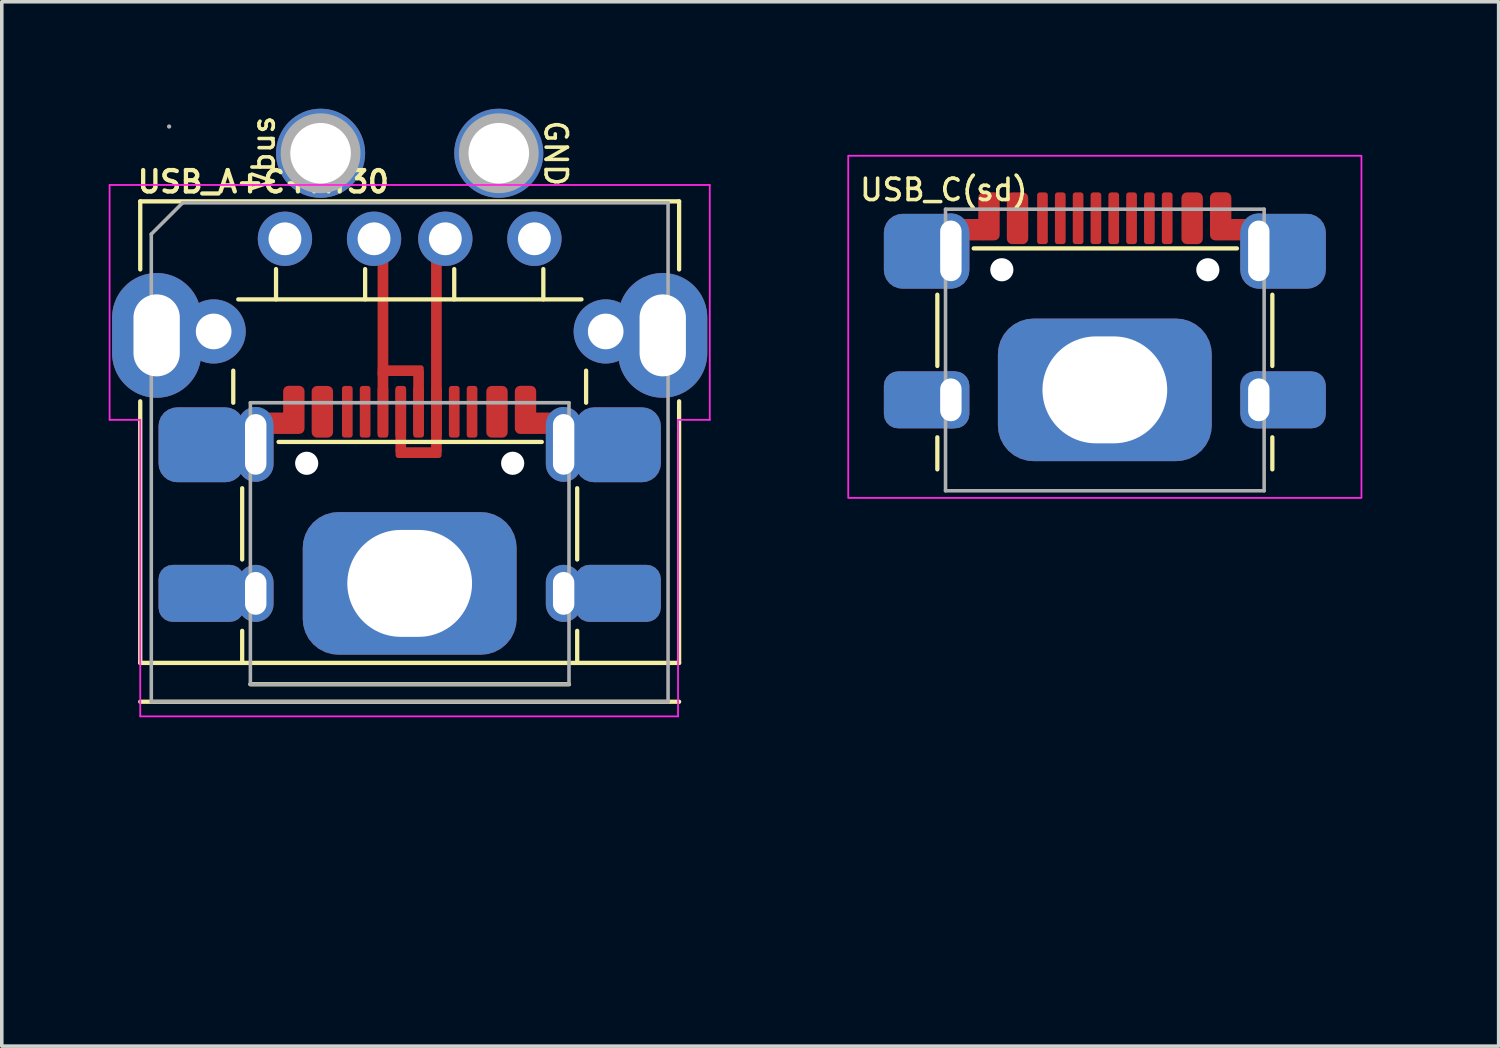
<source format=kicad_pcb>
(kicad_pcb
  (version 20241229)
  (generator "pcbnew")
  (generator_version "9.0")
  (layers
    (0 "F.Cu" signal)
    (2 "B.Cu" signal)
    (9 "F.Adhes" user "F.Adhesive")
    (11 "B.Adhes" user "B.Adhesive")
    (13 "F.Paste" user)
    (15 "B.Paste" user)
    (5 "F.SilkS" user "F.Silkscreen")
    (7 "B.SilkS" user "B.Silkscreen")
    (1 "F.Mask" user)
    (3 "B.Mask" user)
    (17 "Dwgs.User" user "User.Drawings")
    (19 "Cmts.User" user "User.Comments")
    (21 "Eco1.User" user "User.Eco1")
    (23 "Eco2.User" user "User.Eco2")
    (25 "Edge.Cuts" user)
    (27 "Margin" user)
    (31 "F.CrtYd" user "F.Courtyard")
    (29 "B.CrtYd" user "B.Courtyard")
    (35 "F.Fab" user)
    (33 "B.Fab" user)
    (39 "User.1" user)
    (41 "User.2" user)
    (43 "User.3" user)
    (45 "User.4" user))
  (footprint "USB_A+C+XT30"
    (layer "F.Cu")
    (at 4.945 3.65)
    (property "Reference" "USB_A+C+XT30" (at -4.2 -1.6 0) (layer "F.SilkS") (effects (font (size 0.6 0.6) (thickness 0.12)) (justify left)))
    (fp_line (start -4.06 -1.05) (end -4.06 0.86) (stroke (width 0.12) (type solid)) (layer "F.SilkS"))
    (fp_line (start -4.06 -1.05) (end 11.06 -1.05) (stroke (width 0.12) (type solid)) (layer "F.SilkS"))
    (fp_line (start -4.06 4.56) (end -4.06 11.9) (stroke (width 0.12) (type solid)) (layer "F.SilkS"))
    (fp_line (start -4.06 11.9) (end 11.06 11.9) (stroke (width 0.12) (type solid)) (layer "F.SilkS"))
    (fp_line (start -4.06 12.99) (end 11.06 12.99) (stroke (width 0.12) (type solid)) (layer "F.SilkS"))
    (fp_line (start -1.45 4.6) (end -1.45 3.7) (stroke (width 0.12) (type solid)) (layer "F.SilkS"))
    (fp_line (start -1.31 1.7) (end 8.32 1.7) (stroke (width 0.12) (type solid)) (layer "F.SilkS"))
    (fp_line (start -1.2 6.999) (end -1.2 8.999) (stroke (width 0.12) (type solid)) (layer "F.SilkS"))
    (fp_line (start -1.2 11) (end -1.2 11.9) (stroke (width 0.12) (type solid)) (layer "F.SilkS"))
    (fp_line (start -0.97 12.5) (end 7.97 12.5) (stroke (width 0.12) (type solid)) (layer "F.SilkS"))
    (fp_line (start -0.25 1.7) (end -0.25 0.85) (stroke (width 0.12) (type solid)) (layer "F.SilkS"))
    (fp_line (start 2.25 1.7) (end 2.25 0.85) (stroke (width 0.12) (type solid)) (layer "F.SilkS"))
    (fp_line (start 4.75 1.7) (end 4.75 0.85) (stroke (width 0.12) (type solid)) (layer "F.SilkS"))
    (fp_line (start 7.207 5.7) (end -0.179 5.7) (stroke (width 0.12) (type solid)) (layer "F.SilkS"))
    (fp_line (start 7.25 1.7) (end 7.25 0.85) (stroke (width 0.12) (type solid)) (layer "F.SilkS"))
    (fp_line (start 8.2 6.999) (end 8.2 8.999) (stroke (width 0.12) (type solid)) (layer "F.SilkS"))
    (fp_line (start 8.2 11) (end 8.2 11.9) (stroke (width 0.12) (type solid)) (layer "F.SilkS"))
    (fp_line (start 8.45 4.6) (end 8.45 3.7) (stroke (width 0.12) (type solid)) (layer "F.SilkS"))
    (fp_line (start 11.06 0.86) (end 11.06 -1.05) (stroke (width 0.12) (type solid)) (layer "F.SilkS"))
    (fp_line (start 11.06 4.56) (end 11.06 11.9) (stroke (width 0.12) (type solid)) (layer "F.SilkS"))
    (fp_line (start -4.92 -1.51) (end -4.92 5.08) (stroke (width 0.05) (type solid)) (layer "F.CrtYd"))
    (fp_line (start -4.92 -1.51) (end 11.92 -1.51) (stroke (width 0.05) (type solid)) (layer "F.CrtYd"))
    (fp_line (start -4.06 5.08) (end -4.92 5.08) (stroke (width 0.05) (type solid)) (layer "F.CrtYd"))
    (fp_line (start -4.06 5.08) (end -4.06 13.4) (stroke (width 0.05) (type solid)) (layer "F.CrtYd"))
    (fp_line (start 11.03 5.08) (end 11.03 13.4) (stroke (width 0.05) (type solid)) (layer "F.CrtYd"))
    (fp_line (start 11.03 5.08) (end 11.92 5.08) (stroke (width 0.05) (type solid)) (layer "F.CrtYd"))
    (fp_line (start 11.03 13.4) (end -4.06 13.4) (stroke (width 0.05) (type solid)) (layer "F.CrtYd"))
    (fp_line (start 11.92 -1.51) (end 11.92 5.08) (stroke (width 0.05) (type solid)) (layer "F.CrtYd"))
    (fp_line (start -3.75 -0.13) (end -3.75 12.99) (stroke (width 0.1) (type solid)) (layer "F.Fab"))
    (fp_line (start -3.75 12.99) (end 10.75 12.99) (stroke (width 0.1) (type solid)) (layer "F.Fab"))
    (fp_line (start -2.87 -1.01) (end -3.75 -0.13) (stroke (width 0.1) (type solid)) (layer "F.Fab"))
    (fp_line (start -2.87 -1.01) (end 10.75 -1.01) (stroke (width 0.1) (type solid)) (layer "F.Fab"))
    (fp_line (start -0.97 4.6) (end -0.97 12.5) (stroke (width 0.1) (type solid)) (layer "F.Fab"))
    (fp_line (start -0.97 4.6) (end 7.97 4.6) (stroke (width 0.1) (type solid)) (layer "F.Fab"))
    (fp_line (start -0.97 12.5) (end 7.97 12.5) (stroke (width 0.1) (type solid)) (layer "F.Fab"))
    (fp_line (start 7.97 4.6) (end 7.97 12.5) (stroke (width 0.1) (type solid)) (layer "F.Fab"))
    (fp_line (start 10.75 -1.01) (end 10.75 12.99) (stroke (width 0.1) (type solid)) (layer "F.Fab"))
    (fp_circle (center -3.25 -3.15) (end -3.22 -3.15) (stroke (width 0.06) (type solid)) (fill no) (layer "F.Fab"))
    (fp_circle (center -2 2.6) (end -1.8 2.6) (stroke (width 0.4) (type solid)) (fill no) (layer "F.Fab"))
    (fp_circle (center 1 -2.4) (end 1.37 -2.4) (stroke (width 0.75) (type solid)) (fill no) (layer "F.Fab"))
    (fp_circle (center 6 -2.4) (end 6.37 -2.4) (stroke (width 0.75) (type solid)) (fill no) (layer "F.Fab"))
    (fp_circle (center 9 2.6) (end 9.2 2.6) (stroke (width 0.4) (type solid)) (fill no) (layer "F.Fab"))
    (fp_line (start -4.5 12) (end 0.5 17) (stroke (width 0.12) (type solid)) (layer "User.1"))
    (fp_line (start -4.5 12) (end 11.5 12) (stroke (width 0.1) (type solid)) (layer "User.1"))
    (fp_line (start 3.5 -2.54) (end 3.5 16.51) (stroke (width 0.12) (type solid)) (layer "User.1"))
    (fp_text user "GND" (at 7.6 -2.4 270) (unlocked yes) (layer "F.SilkS") (effects (font (size 0.6 0.6) (thickness 0.1))))
    (fp_text user "Vbus" (at -0.6 -2.4 90) (unlocked yes) (layer "F.SilkS") (effects (font (size 0.6 0.6) (thickness 0.1))))
    (fp_text user "V 12\n> 3.5" (at 3.5 18 180) (unlocked yes) (layer "User.1") (effects (font (size 1 1) (thickness 0.15))))
    (fp_text user "Board Edge" (at -2 15.24 315) (unlocked yes) (layer "User.1") (effects (font (size 0.6 0.6) (thickness 0.1))))
    (fp_text user "CL" (at 3.5 15.24 270) (unlocked yes) (layer "User.1") (effects (font (size 0.6 0.6) (thickness 0.1))))
    (pad "1" thru_hole circle (at 0 0) (size 1.524 1.524) (drill 0.92) (layers "*.Cu" "*.Mask"))
    (pad "1" thru_hole circle (at 0.61 6.299) (size 1.25 1.25) (drill 0.65) (layers "*.Cu") (remove_unused_layers yes) (zone_layer_connections))
    (pad "1" thru_hole circle (at 1 -2.4) (size 2.5 2.5) (drill 1.7) (layers "*.Cu" "*.Mask"))
    (pad "1" smd roundrect (at 1.05 4.854) (size 0.6 1.45) (layers "F.Cu" "F.Mask" "F.Paste") (roundrect_rratio 0.25))
    (pad "1" smd roundrect (at 5.95 4.854) (size 0.6 1.45) (layers "F.Cu" "F.Mask" "F.Paste") (roundrect_rratio 0.25))
    (pad "1" thru_hole circle (at 6.39 6.299) (size 1.25 1.25) (drill 0.65) (layers "*.Cu") (remove_unused_layers yes) (zone_layer_connections))
    (pad "2" thru_hole circle (at 2.5 0) (size 1.524 1.524) (drill 0.92) (layers "*.Cu" "*.Mask"))
    (pad "2" smd rect (at 2.75 2) (size 0.3 3.675) (layers "F.Cu" "F.Paste"))
    (pad "2" smd roundrect (at 2.75 4.6) (size 0.3 1.85) (layers "F.Cu") (roundrect_rratio 0.25))
    (pad "2" smd roundrect (at 2.75 4.854) (size 0.3 1.45) (layers "F.Cu" "F.Mask" "F.Paste") (roundrect_rratio 0.25))
    (pad "2" smd roundrect (at 3.25 3.7 90) (size 0.3 1.29) (layers "F.Cu" "F.Paste") (roundrect_rratio 0.25))
    (pad "2" smd roundrect (at 3.75 4.6) (size 0.3 1.85) (layers "F.Cu") (roundrect_rratio 0.25))
    (pad "2" smd roundrect (at 3.75 4.854) (size 0.3 1.45) (layers "F.Cu" "F.Mask" "F.Paste") (roundrect_rratio 0.25))
    (pad "3" smd roundrect (at 3.25 4.854) (size 0.3 1.45) (layers "F.Cu" "F.Mask" "F.Paste") (roundrect_rratio 0.25))
    (pad "3" smd roundrect (at 3.25 5.1) (size 0.3 1.85) (layers "F.Cu") (roundrect_rratio 0.25))
    (pad "3" smd roundrect (at 3.75 6 90) (size 0.3 1.29) (layers "F.Cu" "F.Paste") (roundrect_rratio 0.25))
    (pad "3" smd rect (at 4.25 2.2) (size 0.3 4.175) (layers "F.Cu" "F.Paste"))
    (pad "3" smd roundrect (at 4.25 4.854) (size 0.3 1.45) (layers "F.Cu" "F.Mask" "F.Paste") (roundrect_rratio 0.25))
    (pad "3" smd roundrect (at 4.25 5.1) (size 0.3 1.85) (layers "F.Cu") (roundrect_rratio 0.25))
    (pad "3" thru_hole circle (at 4.5 0) (size 1.524 1.524) (drill 0.92) (layers "*.Cu" "*.Mask"))
    (pad "4" smd roundrect (at -0.179 5.175) (size 0.8 0.6) (layers "F.Cu" "F.Paste") (roundrect_rratio 0.25))
    (pad "4" smd roundrect (at 0.25 4.8) (size 0.6 1.35) (layers "F.Cu" "F.Mask" "F.Paste") (roundrect_rratio 0.25))
    (pad "4" thru_hole circle (at 6 -2.4) (size 2.5 2.5) (drill 1.7) (layers "*.Cu" "*.Mask"))
    (pad "4" smd roundrect (at 6.75 4.8) (size 0.6 1.35) (layers "F.Cu" "F.Mask" "F.Paste") (roundrect_rratio 0.25))
    (pad "4" thru_hole circle (at 7 0) (size 1.524 1.524) (drill 0.92) (layers "*.Cu" "*.Mask"))
    (pad "4" smd roundrect (at 7.207 5.175) (size 0.8 0.6) (layers "F.Cu" "F.Paste") (roundrect_rratio 0.25))
    (pad "5" thru_hole oval (at -3.6 2.71) (size 2.5 3.5) (drill oval 1.3 2.3) (layers "*.Cu" "*.Mask"))
    (pad "5" smd roundrect (at -2.347 5.78) (size 2.4 2.1) (layers "F.Cu" "F.Mask" "F.Paste") (roundrect_rratio 0.25))
    (pad "5" smd roundrect (at -2.347 5.78) (size 2.4 2.1) (layers "B.Cu" "B.Mask" "B.Paste") (roundrect_rratio 0.25))
    (pad "5" smd roundrect (at -2.347 9.949) (size 2.4 1.6) (layers "F.Cu" "F.Mask" "F.Paste") (roundrect_rratio 0.25))
    (pad "5" smd roundrect (at -2.347 9.949) (size 2.4 1.6) (layers "B.Cu" "B.Mask" "B.Paste") (roundrect_rratio 0.25))
    (pad "5" thru_hole circle (at -2 2.6) (size 1.8 1.8) (drill 1) (layers "*.Cu" "*.Mask"))
    (pad "5" thru_hole oval (at -0.82 5.769) (size 1 2.1) (drill oval 0.6 1.7) (layers "*.Cu" "*.Mask"))
    (pad "5" thru_hole oval (at -0.82 9.949) (size 1 1.6) (drill oval 0.6 1.2) (layers "*.Cu" "*.Mask"))
    (pad "5" thru_hole roundrect (at 3.5 9.669 180) (size 6 4) (drill oval 3.5 3) (layers "*.Cu" "*.Mask") (roundrect_rratio 0.25))
    (pad "5" thru_hole oval (at 7.82 5.769) (size 1 2.1) (drill oval 0.6 1.7) (layers "*.Cu" "*.Mask"))
    (pad "5" thru_hole oval (at 7.82 9.949) (size 1 1.6) (drill oval 0.6 1.2) (layers "*.Cu" "*.Mask"))
    (pad "5" thru_hole circle (at 9 2.6) (size 1.8 1.8) (drill 1) (layers "*.Cu" "*.Mask"))
    (pad "5" smd roundrect (at 9.347 5.78) (size 2.4 2.1) (layers "F.Cu" "F.Mask" "F.Paste") (roundrect_rratio 0.25))
    (pad "5" smd roundrect (at 9.347 5.78) (size 2.4 2.1) (layers "B.Cu" "B.Mask" "B.Paste") (roundrect_rratio 0.25))
    (pad "5" smd roundrect (at 9.347 9.949) (size 2.4 1.6) (layers "F.Cu" "F.Mask" "F.Paste") (roundrect_rratio 0.25))
    (pad "5" smd roundrect (at 9.347 9.949) (size 2.4 1.6) (layers "B.Cu" "B.Mask" "B.Paste") (roundrect_rratio 0.25))
    (pad "5" thru_hole oval (at 10.6 2.71) (size 2.5 3.5) (drill oval 1.3 2.3) (layers "*.Cu" "*.Mask"))
    (pad "A5" smd roundrect (at 2.25 4.854) (size 0.3 1.45) (layers "F.Cu" "F.Mask" "F.Paste") (roundrect_rratio 0.25))
    (pad "A8" smd roundrect (at 4.75 4.854) (size 0.3 1.45) (layers "F.Cu" "F.Mask" "F.Paste") (roundrect_rratio 0.25))
    (pad "B5" smd roundrect (at 5.25 4.854) (size 0.3 1.45) (layers "F.Cu" "F.Mask" "F.Paste") (roundrect_rratio 0.25))
    (pad "B8" smd roundrect (at 1.75 4.854) (size 0.3 1.45) (layers "F.Cu" "F.Mask" "F.Paste") (roundrect_rratio 0.25)))
  (footprint "USB_C(sd)"
    (layer "F.Cu")
    (at 27.95 10.22)
    (property "Reference" "USB_C(sd)" (at -6.927 -7.944 0) (layer "F.SilkS") (effects (font (size 0.6 0.6) (thickness 0.1)) (justify left)))
    (fp_line (start -4.7 -5.001) (end -4.7 -3.001) (stroke (width 0.12) (type solid)) (layer "F.SilkS"))
    (fp_line (start -4.7 -1) (end -4.7 -0.1) (stroke (width 0.12) (type solid)) (layer "F.SilkS"))
    (fp_line (start 3.707 -6.3) (end -3.679 -6.3) (stroke (width 0.12) (type solid)) (layer "F.SilkS"))
    (fp_line (start 4.7 -5.001) (end 4.7 -3.001) (stroke (width 0.12) (type solid)) (layer "F.SilkS"))
    (fp_line (start 4.7 -1) (end 4.7 -0.1) (stroke (width 0.12) (type solid)) (layer "F.SilkS"))
    (fp_rect (start -7.2 -8.9) (end 7.2 0.7) (stroke (width 0.05) (type solid)) (fill no) (layer "F.CrtYd"))
    (fp_line (start -4.47 -7.4) (end -4.47 0.5) (stroke (width 0.1) (type solid)) (layer "F.Fab"))
    (fp_line (start -4.47 -7.4) (end 4.47 -7.4) (stroke (width 0.1) (type solid)) (layer "F.Fab"))
    (fp_line (start -4.47 0.5) (end 4.47 0.5) (stroke (width 0.1) (type solid)) (layer "F.Fab"))
    (fp_line (start 4.47 -7.4) (end 4.47 0.5) (stroke (width 0.1) (type solid)) (layer "F.Fab"))
    (fp_line (start -8 0) (end -3 5) (stroke (width 0.12) (type solid)) (layer "User.1"))
    (fp_line (start -8 0) (end 8 0) (stroke (width 0.1) (type solid)) (layer "User.1"))
    (fp_line (start 0 5.08) (end 0 -10.16) (stroke (width 0.12) (type solid)) (layer "User.1"))
    (fp_text user "CL" (at 0 3.24 270) (unlocked yes) (layer "User.1") (effects (font (size 0.6 0.6) (thickness 0.1))))
    (fp_text user "Board Edge" (at -5.5 3.24 315) (unlocked yes) (layer "User.1") (effects (font (size 0.6 0.6) (thickness 0.1))))
    (pad "1" thru_hole circle (at -2.89 -5.701) (size 1.25 1.25) (drill 0.65) (layers "*.Cu") (remove_unused_layers yes) (zone_layer_connections))
    (pad "1" smd roundrect (at -2.45 -7.146) (size 0.6 1.45) (layers "F.Cu" "F.Mask" "F.Paste") (roundrect_rratio 0.25))
    (pad "1" smd roundrect (at 2.45 -7.146) (size 0.6 1.45) (layers "F.Cu" "F.Mask" "F.Paste") (roundrect_rratio 0.25))
    (pad "1" thru_hole circle (at 2.89 -5.701) (size 1.25 1.25) (drill 0.65) (layers "*.Cu") (remove_unused_layers yes) (zone_layer_connections))
    (pad "4" smd roundrect (at -3.679 -6.825) (size 0.8 0.6) (layers "F.Cu" "F.Paste") (roundrect_rratio 0.25))
    (pad "4" smd roundrect (at -3.25 -7.2) (size 0.6 1.35) (layers "F.Cu" "F.Mask" "F.Paste") (roundrect_rratio 0.25))
    (pad "4" smd roundrect (at 3.25 -7.2) (size 0.6 1.35) (layers "F.Cu" "F.Mask" "F.Paste") (roundrect_rratio 0.25))
    (pad "4" smd roundrect (at 3.707 -6.825) (size 0.8 0.6) (layers "F.Cu" "F.Paste") (roundrect_rratio 0.25))
    (pad "5" smd roundrect (at -5 -6.22) (size 2.4 2.1) (layers "F.Cu" "F.Mask" "F.Paste") (roundrect_rratio 0.25))
    (pad "5" smd roundrect (at -5 -6.22) (size 2.4 2.1) (layers "B.Cu" "B.Mask" "B.Paste") (roundrect_rratio 0.25))
    (pad "5" smd roundrect (at -5 -2.051) (size 2.4 1.6) (layers "F.Cu" "F.Mask" "F.Paste") (roundrect_rratio 0.25))
    (pad "5" smd roundrect (at -5 -2.051) (size 2.4 1.6) (layers "B.Cu" "B.Mask" "B.Paste") (roundrect_rratio 0.25))
    (pad "5" thru_hole oval (at -4.32 -6.231) (size 1 2.1) (drill oval 0.6 1.7) (layers "*.Cu" "*.Mask"))
    (pad "5" thru_hole oval (at -4.32 -2.051) (size 1 1.6) (drill oval 0.6 1.2) (layers "*.Cu" "*.Mask"))
    (pad "5" thru_hole roundrect (at 0 -2.331 180) (size 6 4) (drill oval 3.5 3) (layers "*.Cu" "*.Mask") (roundrect_rratio 0.25))
    (pad "5" thru_hole oval (at 4.32 -6.231) (size 1 2.1) (drill oval 0.6 1.7) (layers "*.Cu" "*.Mask"))
    (pad "5" thru_hole oval (at 4.32 -2.051) (size 1 1.6) (drill oval 0.6 1.2) (layers "*.Cu" "*.Mask"))
    (pad "5" smd roundrect (at 5 -6.22) (size 2.4 2.1) (layers "F.Cu" "F.Mask" "F.Paste") (roundrect_rratio 0.25))
    (pad "5" smd roundrect (at 5 -6.22) (size 2.4 2.1) (layers "B.Cu" "B.Mask" "B.Paste") (roundrect_rratio 0.25))
    (pad "5" smd roundrect (at 5 -2.051) (size 2.4 1.6) (layers "F.Cu" "F.Mask" "F.Paste") (roundrect_rratio 0.25))
    (pad "5" smd roundrect (at 5 -2.051) (size 2.4 1.6) (layers "B.Cu" "B.Mask" "B.Paste") (roundrect_rratio 0.25))
    (pad "A2" smd roundrect (at 0.25 -7.146) (size 0.3 1.45) (layers "F.Cu" "F.Mask" "F.Paste") (roundrect_rratio 0.25))
    (pad "A3" smd roundrect (at -0.25 -7.146) (size 0.3 1.45) (layers "F.Cu" "F.Mask" "F.Paste") (roundrect_rratio 0.25))
    (pad "A5" smd roundrect (at -1.25 -7.146) (size 0.3 1.45) (layers "F.Cu" "F.Mask" "F.Paste") (roundrect_rratio 0.25))
    (pad "A8" smd roundrect (at 1.25 -7.146) (size 0.3 1.45) (layers "F.Cu" "F.Mask" "F.Paste") (roundrect_rratio 0.25))
    (pad "B2" smd roundrect (at -0.75 -7.146) (size 0.3 1.45) (layers "F.Cu" "F.Mask" "F.Paste") (roundrect_rratio 0.25))
    (pad "B3" smd roundrect (at 0.75 -7.146) (size 0.3 1.45) (layers "F.Cu" "F.Mask" "F.Paste") (roundrect_rratio 0.25))
    (pad "B5" smd roundrect (at 1.75 -7.146) (size 0.3 1.45) (layers "F.Cu" "F.Mask" "F.Paste") (roundrect_rratio 0.25))
    (pad "B8" smd roundrect (at -1.75 -7.146) (size 0.3 1.45) (layers "F.Cu" "F.Mask" "F.Paste") (roundrect_rratio 0.25)))
  (gr_rect
    (start -3 -3)
    (end 39 26.303)
    (stroke (width 0.1) (type default))
    (fill no)
    (layer "Edge.Cuts")))
</source>
